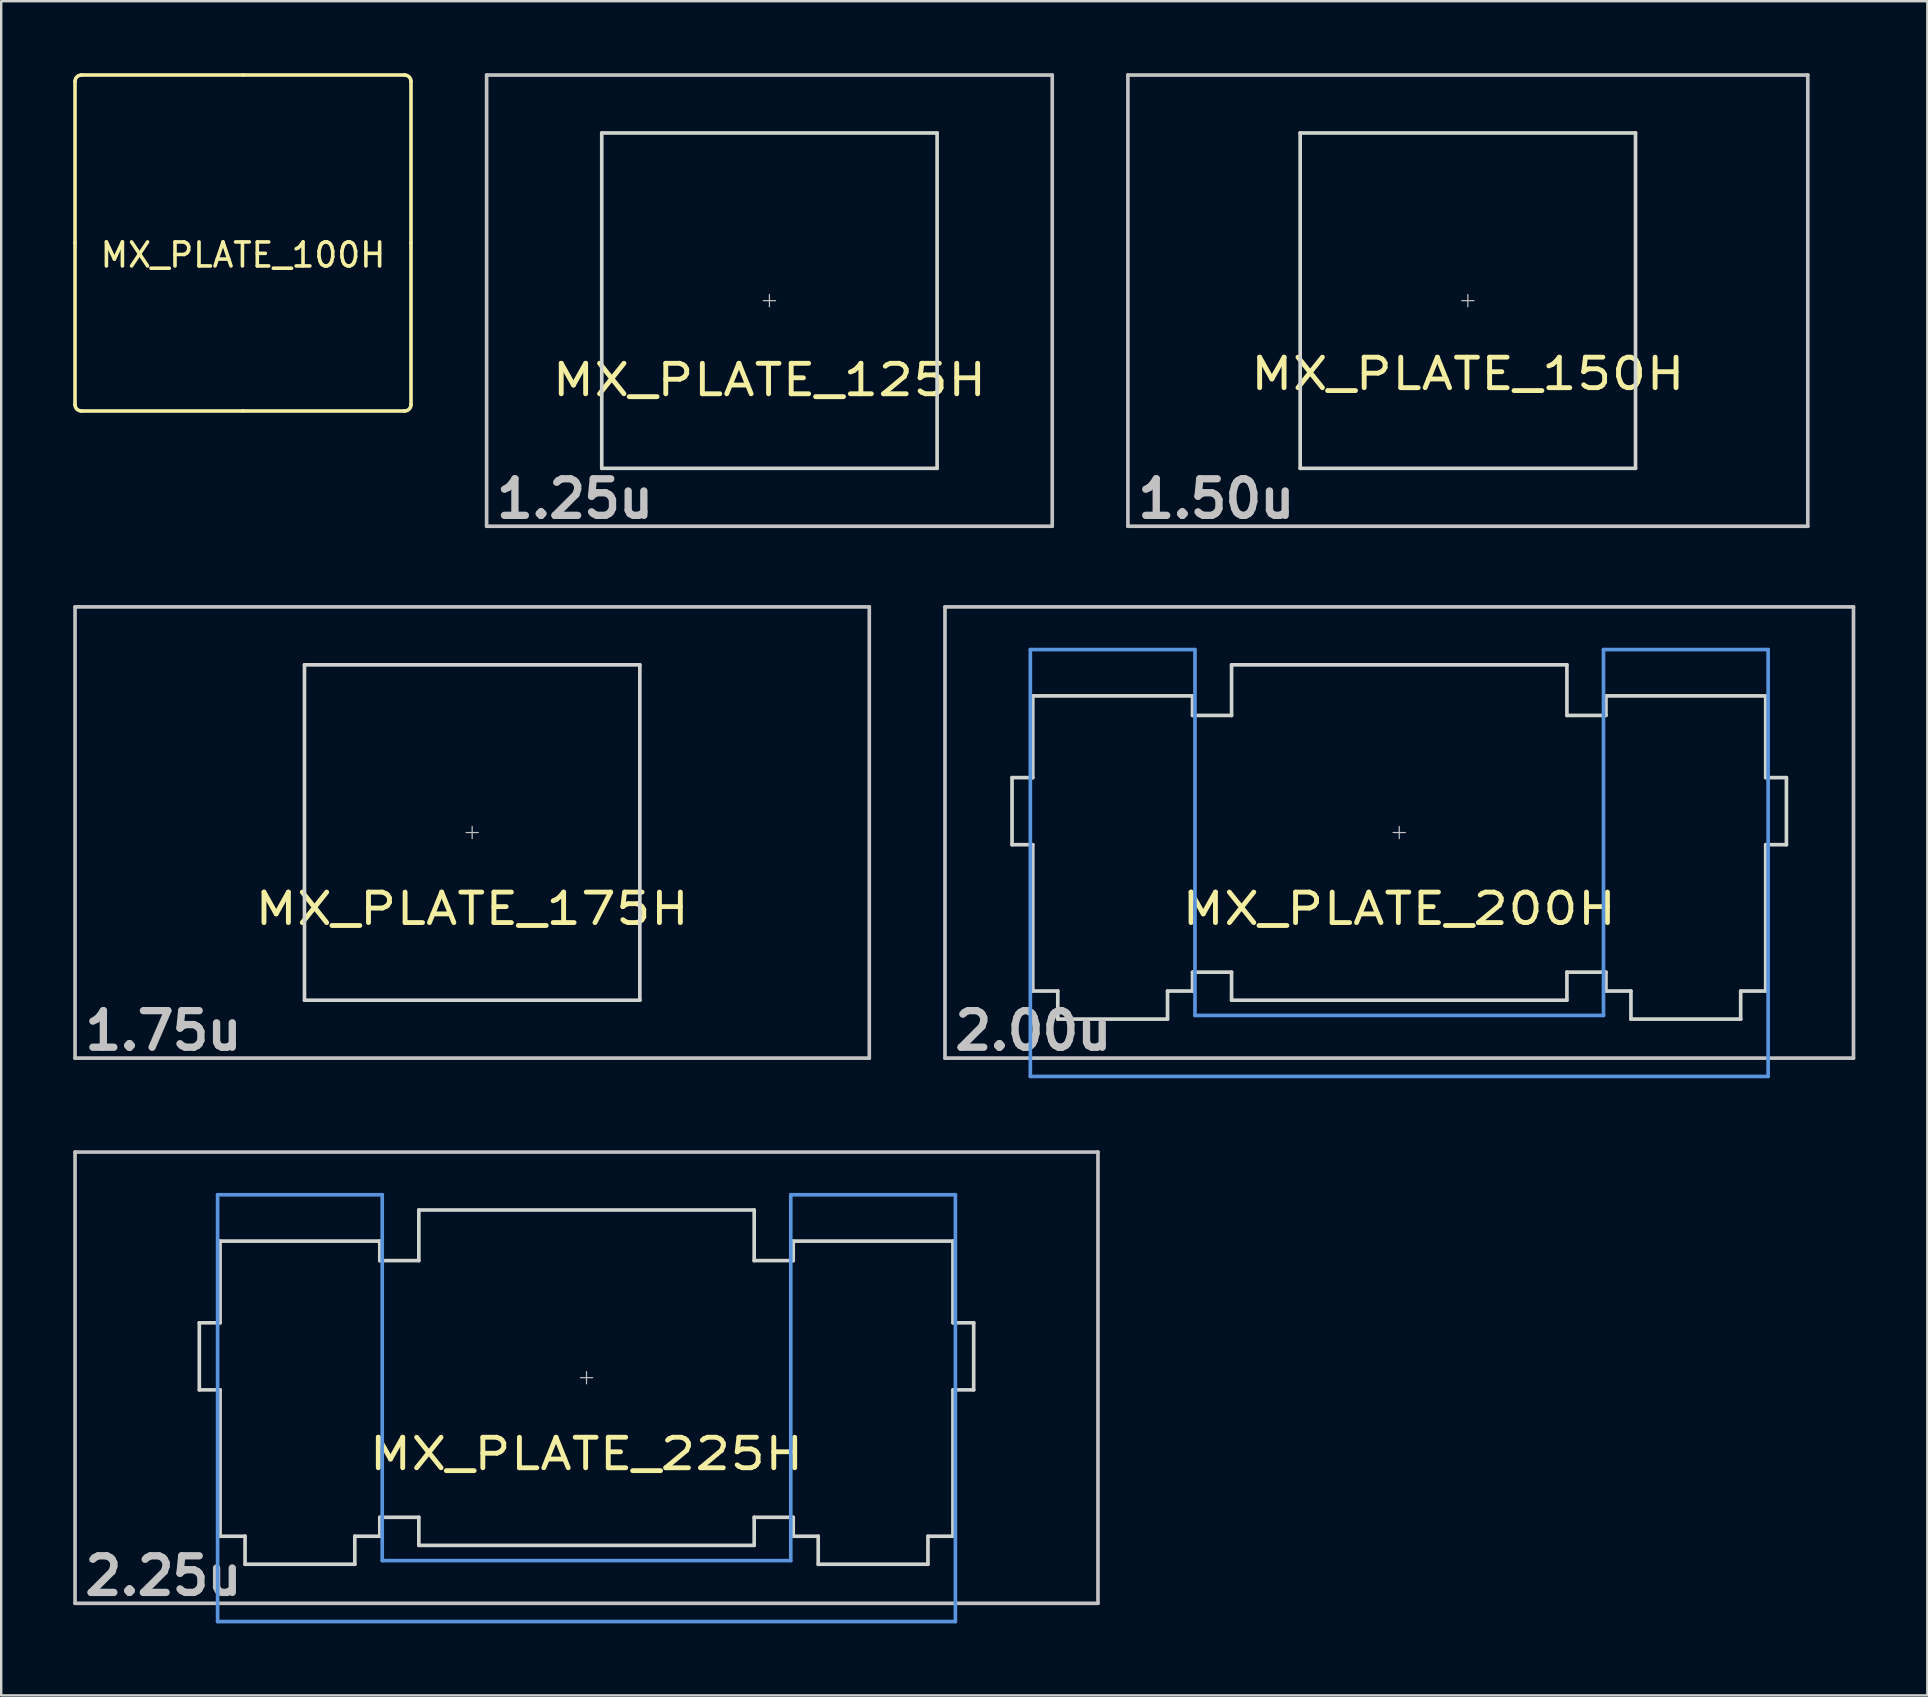
<source format=kicad_pcb>
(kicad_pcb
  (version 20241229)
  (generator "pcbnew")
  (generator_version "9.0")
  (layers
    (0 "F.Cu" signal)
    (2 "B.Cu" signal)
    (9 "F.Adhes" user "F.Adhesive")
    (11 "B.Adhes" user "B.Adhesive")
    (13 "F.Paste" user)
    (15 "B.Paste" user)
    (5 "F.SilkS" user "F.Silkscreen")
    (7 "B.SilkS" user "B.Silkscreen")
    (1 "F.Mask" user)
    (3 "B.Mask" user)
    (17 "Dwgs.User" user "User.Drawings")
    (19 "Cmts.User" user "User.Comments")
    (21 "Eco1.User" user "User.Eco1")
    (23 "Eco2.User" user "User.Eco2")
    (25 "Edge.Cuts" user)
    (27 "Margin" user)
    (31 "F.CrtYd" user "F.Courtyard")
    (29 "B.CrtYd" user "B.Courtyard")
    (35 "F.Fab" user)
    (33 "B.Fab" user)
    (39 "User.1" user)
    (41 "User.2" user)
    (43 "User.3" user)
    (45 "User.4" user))
  (footprint "MX_PLATE_175H"
    (layer "F.Cu")
    (at 16.619 31.63)
    (property "Reference" "MX_PLATE_175H" (at 0 3.175 0) (layer "F.SilkS") (effects (font (size 1.27 1.524) (thickness 0.203))))
    (attr through_hole)
    (fp_line (start -16.543 -9.398) (end 16.543 -9.398) (stroke (width 0.152) (type solid)) (layer "Dwgs.User"))
    (fp_line (start -16.543 9.398) (end -16.543 -9.398) (stroke (width 0.152) (type solid)) (layer "Dwgs.User"))
    (fp_line (start -0.254 0) (end 0.254 0) (stroke (width 0.05) (type solid)) (layer "Dwgs.User"))
    (fp_line (start 0 -0.254) (end 0 0.254) (stroke (width 0.05) (type solid)) (layer "Dwgs.User"))
    (fp_line (start 16.543 -9.398) (end 16.543 9.398) (stroke (width 0.152) (type solid)) (layer "Dwgs.User"))
    (fp_line (start 16.543 9.398) (end -16.543 9.398) (stroke (width 0.152) (type solid)) (layer "Dwgs.User"))
    (fp_line (start -6.985 -6.985) (end 6.985 -6.985) (stroke (width 0.152) (type solid)) (layer "Edge.Cuts"))
    (fp_line (start -6.985 6.985) (end -6.985 -6.985) (stroke (width 0.152) (type solid)) (layer "Edge.Cuts"))
    (fp_line (start 6.985 -6.985) (end 6.985 6.985) (stroke (width 0.152) (type solid)) (layer "Edge.Cuts"))
    (fp_line (start 6.985 6.985) (end -6.985 6.985) (stroke (width 0.152) (type solid)) (layer "Edge.Cuts"))
    (fp_text user "1.75u" (at -12.86 8.255 0) (layer "Dwgs.User") (effects (font (size 1.524 1.524) (thickness 0.305)))))
  (footprint "MX_PLATE_225H"
    (layer "F.Cu")
    (at 21.382 54.34)
    (property "Reference" "MX_PLATE_225H" (at 0 3.175 0) (layer "F.SilkS") (effects (font (size 1.27 1.524) (thickness 0.203))))
    (attr through_hole)
    (fp_line (start -21.306 -9.398) (end 21.306 -9.398) (stroke (width 0.152) (type solid)) (layer "Dwgs.User"))
    (fp_line (start -21.306 9.398) (end -21.306 -9.398) (stroke (width 0.152) (type solid)) (layer "Dwgs.User"))
    (fp_line (start -0.254 0) (end 0.254 0) (stroke (width 0.05) (type solid)) (layer "Dwgs.User"))
    (fp_line (start 0 -0.254) (end 0 0.254) (stroke (width 0.05) (type solid)) (layer "Dwgs.User"))
    (fp_line (start 21.306 -9.398) (end 21.306 9.398) (stroke (width 0.152) (type solid)) (layer "Dwgs.User"))
    (fp_line (start 21.306 9.398) (end -21.306 9.398) (stroke (width 0.152) (type solid)) (layer "Dwgs.User"))
    (fp_line (start -15.367 -7.62) (end -15.367 10.16) (stroke (width 0.152) (type solid)) (layer "Cmts.User"))
    (fp_line (start -15.367 10.16) (end 15.367 10.16) (stroke (width 0.152) (type solid)) (layer "Cmts.User"))
    (fp_line (start -8.509 -7.62) (end -15.367 -7.62) (stroke (width 0.152) (type solid)) (layer "Cmts.User"))
    (fp_line (start -8.509 7.62) (end -8.509 -7.62) (stroke (width 0.152) (type solid)) (layer "Cmts.User"))
    (fp_line (start 8.509 -7.62) (end 8.509 7.62) (stroke (width 0.152) (type solid)) (layer "Cmts.User"))
    (fp_line (start 8.509 7.62) (end -8.509 7.62) (stroke (width 0.152) (type solid)) (layer "Cmts.User"))
    (fp_line (start 15.367 -7.62) (end 8.509 -7.62) (stroke (width 0.152) (type solid)) (layer "Cmts.User"))
    (fp_line (start 15.367 10.16) (end 15.367 -7.62) (stroke (width 0.152) (type solid)) (layer "Cmts.User"))
    (fp_line (start -16.129 -2.286) (end -15.265 -2.286) (stroke (width 0.152) (type solid)) (layer "Edge.Cuts"))
    (fp_line (start -16.129 0.508) (end -16.129 -2.286) (stroke (width 0.152) (type solid)) (layer "Edge.Cuts"))
    (fp_line (start -15.265 -5.69) (end -8.611 -5.69) (stroke (width 0.152) (type solid)) (layer "Edge.Cuts"))
    (fp_line (start -15.265 -2.286) (end -15.265 -5.69) (stroke (width 0.152) (type solid)) (layer "Edge.Cuts"))
    (fp_line (start -15.265 0.508) (end -16.129 0.508) (stroke (width 0.152) (type solid)) (layer "Edge.Cuts"))
    (fp_line (start -15.265 6.604) (end -15.265 0.508) (stroke (width 0.152) (type solid)) (layer "Edge.Cuts"))
    (fp_line (start -14.224 6.604) (end -15.265 6.604) (stroke (width 0.152) (type solid)) (layer "Edge.Cuts"))
    (fp_line (start -14.224 7.772) (end -14.224 6.604) (stroke (width 0.152) (type solid)) (layer "Edge.Cuts"))
    (fp_line (start -9.652 6.604) (end -9.652 7.772) (stroke (width 0.152) (type solid)) (layer "Edge.Cuts"))
    (fp_line (start -9.652 7.772) (end -14.224 7.772) (stroke (width 0.152) (type solid)) (layer "Edge.Cuts"))
    (fp_line (start -8.611 -5.69) (end -8.611 -4.877) (stroke (width 0.152) (type solid)) (layer "Edge.Cuts"))
    (fp_line (start -8.611 -4.877) (end -6.985 -4.877) (stroke (width 0.152) (type solid)) (layer "Edge.Cuts"))
    (fp_line (start -8.611 5.817) (end -8.611 6.604) (stroke (width 0.152) (type solid)) (layer "Edge.Cuts"))
    (fp_line (start -8.611 6.604) (end -9.652 6.604) (stroke (width 0.152) (type solid)) (layer "Edge.Cuts"))
    (fp_line (start -6.985 -6.985) (end 6.985 -6.985) (stroke (width 0.152) (type solid)) (layer "Edge.Cuts"))
    (fp_line (start -6.985 -4.877) (end -6.985 -6.985) (stroke (width 0.152) (type solid)) (layer "Edge.Cuts"))
    (fp_line (start -6.985 5.817) (end -8.611 5.817) (stroke (width 0.152) (type solid)) (layer "Edge.Cuts"))
    (fp_line (start -6.985 6.985) (end -6.985 5.817) (stroke (width 0.152) (type solid)) (layer "Edge.Cuts"))
    (fp_line (start 6.985 -6.985) (end 6.985 -4.877) (stroke (width 0.152) (type solid)) (layer "Edge.Cuts"))
    (fp_line (start 6.985 -4.877) (end 8.611 -4.877) (stroke (width 0.152) (type solid)) (layer "Edge.Cuts"))
    (fp_line (start 6.985 5.817) (end 6.985 6.985) (stroke (width 0.152) (type solid)) (layer "Edge.Cuts"))
    (fp_line (start 6.985 6.985) (end -6.985 6.985) (stroke (width 0.152) (type solid)) (layer "Edge.Cuts"))
    (fp_line (start 8.611 -5.69) (end 15.265 -5.69) (stroke (width 0.152) (type solid)) (layer "Edge.Cuts"))
    (fp_line (start 8.611 -4.877) (end 8.611 -5.69) (stroke (width 0.152) (type solid)) (layer "Edge.Cuts"))
    (fp_line (start 8.611 5.817) (end 6.985 5.817) (stroke (width 0.152) (type solid)) (layer "Edge.Cuts"))
    (fp_line (start 8.611 6.604) (end 8.611 5.817) (stroke (width 0.152) (type solid)) (layer "Edge.Cuts"))
    (fp_line (start 9.652 6.604) (end 8.611 6.604) (stroke (width 0.152) (type solid)) (layer "Edge.Cuts"))
    (fp_line (start 9.652 7.772) (end 9.652 6.604) (stroke (width 0.152) (type solid)) (layer "Edge.Cuts"))
    (fp_line (start 14.224 6.604) (end 14.224 7.772) (stroke (width 0.152) (type solid)) (layer "Edge.Cuts"))
    (fp_line (start 14.224 7.772) (end 9.652 7.772) (stroke (width 0.152) (type solid)) (layer "Edge.Cuts"))
    (fp_line (start 15.265 -5.69) (end 15.265 -2.286) (stroke (width 0.152) (type solid)) (layer "Edge.Cuts"))
    (fp_line (start 15.265 -2.286) (end 16.129 -2.286) (stroke (width 0.152) (type solid)) (layer "Edge.Cuts"))
    (fp_line (start 15.265 0.508) (end 15.265 6.604) (stroke (width 0.152) (type solid)) (layer "Edge.Cuts"))
    (fp_line (start 15.265 6.604) (end 14.224 6.604) (stroke (width 0.152) (type solid)) (layer "Edge.Cuts"))
    (fp_line (start 16.129 -2.286) (end 16.129 0.508) (stroke (width 0.152) (type solid)) (layer "Edge.Cuts"))
    (fp_line (start 16.129 0.508) (end 15.265 0.508) (stroke (width 0.152) (type solid)) (layer "Edge.Cuts"))
    (fp_text user "2.25u" (at -17.623 8.255 0) (layer "Dwgs.User") (effects (font (size 1.524 1.524) (thickness 0.305)))))
  (footprint "MX_PLATE_125H"
    (layer "F.Cu")
    (at 29.002 9.474)
    (property "Reference" "MX_PLATE_125H" (at 0 3.302 0) (layer "F.SilkS") (effects (font (size 1.27 1.524) (thickness 0.203))))
    (attr through_hole)
    (fp_line (start -11.781 -9.398) (end 11.781 -9.398) (stroke (width 0.152) (type solid)) (layer "Dwgs.User"))
    (fp_line (start -11.781 9.398) (end -11.781 -9.398) (stroke (width 0.152) (type solid)) (layer "Dwgs.User"))
    (fp_line (start -0.254 0) (end 0.254 0) (stroke (width 0.05) (type solid)) (layer "Dwgs.User"))
    (fp_line (start 0 -0.254) (end 0 0.254) (stroke (width 0.05) (type solid)) (layer "Dwgs.User"))
    (fp_line (start 11.781 -9.398) (end 11.781 9.398) (stroke (width 0.152) (type solid)) (layer "Dwgs.User"))
    (fp_line (start 11.781 9.398) (end -11.781 9.398) (stroke (width 0.152) (type solid)) (layer "Dwgs.User"))
    (fp_line (start -6.985 -6.985) (end 6.985 -6.985) (stroke (width 0.152) (type solid)) (layer "Edge.Cuts"))
    (fp_line (start -6.985 6.985) (end -6.985 -6.985) (stroke (width 0.152) (type solid)) (layer "Edge.Cuts"))
    (fp_line (start 6.985 -6.985) (end 6.985 6.985) (stroke (width 0.152) (type solid)) (layer "Edge.Cuts"))
    (fp_line (start 6.985 6.985) (end -6.985 6.985) (stroke (width 0.152) (type solid)) (layer "Edge.Cuts"))
    (fp_text user "1.25u" (at -8.098 8.255 0) (layer "Dwgs.User") (effects (font (size 1.524 1.524) (thickness 0.305)))))
  (footprint "MX_PLATE_200H"
    (layer "F.Cu")
    (at 55.238 31.63)
    (property "Reference" "MX_PLATE_200H" (at 0 3.175 0) (layer "F.SilkS") (effects (font (size 1.27 1.524) (thickness 0.203))))
    (attr through_hole)
    (fp_line (start -18.923 -9.398) (end 18.923 -9.398) (stroke (width 0.152) (type solid)) (layer "Dwgs.User"))
    (fp_line (start -18.923 9.398) (end -18.923 -9.398) (stroke (width 0.152) (type solid)) (layer "Dwgs.User"))
    (fp_line (start -0.254 0) (end 0.254 0) (stroke (width 0.05) (type solid)) (layer "Dwgs.User"))
    (fp_line (start 0 -0.254) (end 0 0.254) (stroke (width 0.05) (type solid)) (layer "Dwgs.User"))
    (fp_line (start 18.923 -9.398) (end 18.923 9.398) (stroke (width 0.152) (type solid)) (layer "Dwgs.User"))
    (fp_line (start 18.923 9.398) (end -18.923 9.398) (stroke (width 0.152) (type solid)) (layer "Dwgs.User"))
    (fp_line (start -15.367 -7.62) (end -15.367 10.16) (stroke (width 0.152) (type solid)) (layer "Cmts.User"))
    (fp_line (start -15.367 10.16) (end 15.367 10.16) (stroke (width 0.152) (type solid)) (layer "Cmts.User"))
    (fp_line (start -8.509 -7.62) (end -15.367 -7.62) (stroke (width 0.152) (type solid)) (layer "Cmts.User"))
    (fp_line (start -8.509 7.62) (end -8.509 -7.62) (stroke (width 0.152) (type solid)) (layer "Cmts.User"))
    (fp_line (start 8.509 -7.62) (end 8.509 7.62) (stroke (width 0.152) (type solid)) (layer "Cmts.User"))
    (fp_line (start 8.509 7.62) (end -8.509 7.62) (stroke (width 0.152) (type solid)) (layer "Cmts.User"))
    (fp_line (start 15.367 -7.62) (end 8.509 -7.62) (stroke (width 0.152) (type solid)) (layer "Cmts.User"))
    (fp_line (start 15.367 10.16) (end 15.367 -7.62) (stroke (width 0.152) (type solid)) (layer "Cmts.User"))
    (fp_line (start -16.129 -2.286) (end -15.265 -2.286) (stroke (width 0.152) (type solid)) (layer "Edge.Cuts"))
    (fp_line (start -16.129 0.508) (end -16.129 -2.286) (stroke (width 0.152) (type solid)) (layer "Edge.Cuts"))
    (fp_line (start -15.265 -5.69) (end -8.611 -5.69) (stroke (width 0.152) (type solid)) (layer "Edge.Cuts"))
    (fp_line (start -15.265 -2.286) (end -15.265 -5.69) (stroke (width 0.152) (type solid)) (layer "Edge.Cuts"))
    (fp_line (start -15.265 0.508) (end -16.129 0.508) (stroke (width 0.152) (type solid)) (layer "Edge.Cuts"))
    (fp_line (start -15.265 6.604) (end -15.265 0.508) (stroke (width 0.152) (type solid)) (layer "Edge.Cuts"))
    (fp_line (start -14.224 6.604) (end -15.265 6.604) (stroke (width 0.152) (type solid)) (layer "Edge.Cuts"))
    (fp_line (start -14.224 7.772) (end -14.224 6.604) (stroke (width 0.152) (type solid)) (layer "Edge.Cuts"))
    (fp_line (start -9.652 6.604) (end -9.652 7.772) (stroke (width 0.152) (type solid)) (layer "Edge.Cuts"))
    (fp_line (start -9.652 7.772) (end -14.224 7.772) (stroke (width 0.152) (type solid)) (layer "Edge.Cuts"))
    (fp_line (start -8.611 -5.69) (end -8.611 -4.877) (stroke (width 0.152) (type solid)) (layer "Edge.Cuts"))
    (fp_line (start -8.611 -4.877) (end -6.985 -4.877) (stroke (width 0.152) (type solid)) (layer "Edge.Cuts"))
    (fp_line (start -8.611 5.817) (end -8.611 6.604) (stroke (width 0.152) (type solid)) (layer "Edge.Cuts"))
    (fp_line (start -8.611 6.604) (end -9.652 6.604) (stroke (width 0.152) (type solid)) (layer "Edge.Cuts"))
    (fp_line (start -6.985 -6.985) (end 6.985 -6.985) (stroke (width 0.152) (type solid)) (layer "Edge.Cuts"))
    (fp_line (start -6.985 -4.877) (end -6.985 -6.985) (stroke (width 0.152) (type solid)) (layer "Edge.Cuts"))
    (fp_line (start -6.985 5.817) (end -8.611 5.817) (stroke (width 0.152) (type solid)) (layer "Edge.Cuts"))
    (fp_line (start -6.985 6.985) (end -6.985 5.817) (stroke (width 0.152) (type solid)) (layer "Edge.Cuts"))
    (fp_line (start 6.985 -6.985) (end 6.985 -4.877) (stroke (width 0.152) (type solid)) (layer "Edge.Cuts"))
    (fp_line (start 6.985 -4.877) (end 8.611 -4.877) (stroke (width 0.152) (type solid)) (layer "Edge.Cuts"))
    (fp_line (start 6.985 5.817) (end 6.985 6.985) (stroke (width 0.152) (type solid)) (layer "Edge.Cuts"))
    (fp_line (start 6.985 6.985) (end -6.985 6.985) (stroke (width 0.152) (type solid)) (layer "Edge.Cuts"))
    (fp_line (start 8.611 -5.69) (end 15.265 -5.69) (stroke (width 0.152) (type solid)) (layer "Edge.Cuts"))
    (fp_line (start 8.611 -4.877) (end 8.611 -5.69) (stroke (width 0.152) (type solid)) (layer "Edge.Cuts"))
    (fp_line (start 8.611 5.817) (end 6.985 5.817) (stroke (width 0.152) (type solid)) (layer "Edge.Cuts"))
    (fp_line (start 8.611 6.604) (end 8.611 5.817) (stroke (width 0.152) (type solid)) (layer "Edge.Cuts"))
    (fp_line (start 9.652 6.604) (end 8.611 6.604) (stroke (width 0.152) (type solid)) (layer "Edge.Cuts"))
    (fp_line (start 9.652 7.772) (end 9.652 6.604) (stroke (width 0.152) (type solid)) (layer "Edge.Cuts"))
    (fp_line (start 14.224 6.604) (end 14.224 7.772) (stroke (width 0.152) (type solid)) (layer "Edge.Cuts"))
    (fp_line (start 14.224 7.772) (end 9.652 7.772) (stroke (width 0.152) (type solid)) (layer "Edge.Cuts"))
    (fp_line (start 15.265 -5.69) (end 15.265 -2.286) (stroke (width 0.152) (type solid)) (layer "Edge.Cuts"))
    (fp_line (start 15.265 -2.286) (end 16.129 -2.286) (stroke (width 0.152) (type solid)) (layer "Edge.Cuts"))
    (fp_line (start 15.265 0.508) (end 15.265 6.604) (stroke (width 0.152) (type solid)) (layer "Edge.Cuts"))
    (fp_line (start 15.265 6.604) (end 14.224 6.604) (stroke (width 0.152) (type solid)) (layer "Edge.Cuts"))
    (fp_line (start 16.129 -2.286) (end 16.129 0.508) (stroke (width 0.152) (type solid)) (layer "Edge.Cuts"))
    (fp_line (start 16.129 0.508) (end 15.265 0.508) (stroke (width 0.152) (type solid)) (layer "Edge.Cuts"))
    (fp_text user "2.00u" (at -15.24 8.255 0) (layer "Dwgs.User") (effects (font (size 1.524 1.524) (thickness 0.305)))))
  (footprint "MX_PLATE_150H"
    (layer "F.Cu")
    (at 58.096 9.474)
    (property "Reference" "MX_PLATE_150H" (at 0 3.048 0) (layer "F.SilkS") (effects (font (size 1.27 1.524) (thickness 0.203))))
    (attr through_hole)
    (fp_line (start -14.161 -9.398) (end 14.161 -9.398) (stroke (width 0.152) (type solid)) (layer "Dwgs.User"))
    (fp_line (start -14.161 9.398) (end -14.161 -9.398) (stroke (width 0.152) (type solid)) (layer "Dwgs.User"))
    (fp_line (start -0.254 0) (end 0.254 0) (stroke (width 0.05) (type solid)) (layer "Dwgs.User"))
    (fp_line (start 0 -0.254) (end 0 0.254) (stroke (width 0.05) (type solid)) (layer "Dwgs.User"))
    (fp_line (start 14.161 -9.398) (end 14.161 9.398) (stroke (width 0.152) (type solid)) (layer "Dwgs.User"))
    (fp_line (start 14.161 9.398) (end -14.161 9.398) (stroke (width 0.152) (type solid)) (layer "Dwgs.User"))
    (fp_line (start -6.985 -6.985) (end 6.985 -6.985) (stroke (width 0.152) (type solid)) (layer "Edge.Cuts"))
    (fp_line (start -6.985 6.985) (end -6.985 -6.985) (stroke (width 0.152) (type solid)) (layer "Edge.Cuts"))
    (fp_line (start 6.985 -6.985) (end 6.985 6.985) (stroke (width 0.152) (type solid)) (layer "Edge.Cuts"))
    (fp_line (start 6.985 6.985) (end -6.985 6.985) (stroke (width 0.152) (type solid)) (layer "Edge.Cuts"))
    (fp_text user "1.50u" (at -10.477 8.255 0) (layer "Dwgs.User") (effects (font (size 1.524 1.524) (thickness 0.305)))))
  (footprint "MX_PLATE_100H"
    (layer "F.Cu")
    (at 7.073 7.073)
    (property "Reference" "MX_PLATE_100H" (at 0 0.5 0) (layer "F.SilkS") (effects (font (size 1 1) (thickness 0.15))))
    (attr through_hole)
    (fp_line (start -6.998 0) (end -6.998 -6.731) (stroke (width 0.15) (type solid)) (layer "F.SilkS"))
    (fp_line (start -6.998 6.731) (end -6.998 0) (stroke (width 0.15) (type solid)) (layer "F.SilkS"))
    (fp_line (start -6.731 -6.998) (end 0 -6.998) (stroke (width 0.15) (type solid)) (layer "F.SilkS"))
    (fp_line (start -6.731 6.998) (end 0 6.998) (stroke (width 0.15) (type solid)) (layer "F.SilkS"))
    (fp_line (start 0 -6.998) (end 6.731 -6.998) (stroke (width 0.15) (type solid)) (layer "F.SilkS"))
    (fp_line (start 0 6.998) (end 6.731 6.998) (stroke (width 0.15) (type solid)) (layer "F.SilkS"))
    (fp_line (start 6.998 0) (end 6.998 -6.731) (stroke (width 0.15) (type solid)) (layer "F.SilkS"))
    (fp_line (start 6.998 6.731) (end 6.998 0) (stroke (width 0.15) (type solid)) (layer "F.SilkS"))
    (fp_arc (start -6.9977 -6.731) (mid -6.919585 -6.919585) (end -6.731 -6.9977) (stroke (width 0.15) (type solid)) (layer "F.SilkS"))
    (fp_arc (start -6.731 6.9977) (mid -6.919585 6.919585) (end -6.9977 6.731) (stroke (width 0.15) (type solid)) (layer "F.SilkS"))
    (fp_arc (start 6.731 -6.9977) (mid 6.919585 -6.919585) (end 6.9977 -6.731) (stroke (width 0.15) (type solid)) (layer "F.SilkS"))
    (fp_arc (start 6.9977 6.731) (mid 6.919585 6.919585) (end 6.731 6.9977) (stroke (width 0.15) (type solid)) (layer "F.SilkS")))
  (gr_rect
    (start -3 -3)
    (end 77.237 67.576)
    (stroke (width 0.1) (type default))
    (fill no)
    (layer "Edge.Cuts")))
</source>
